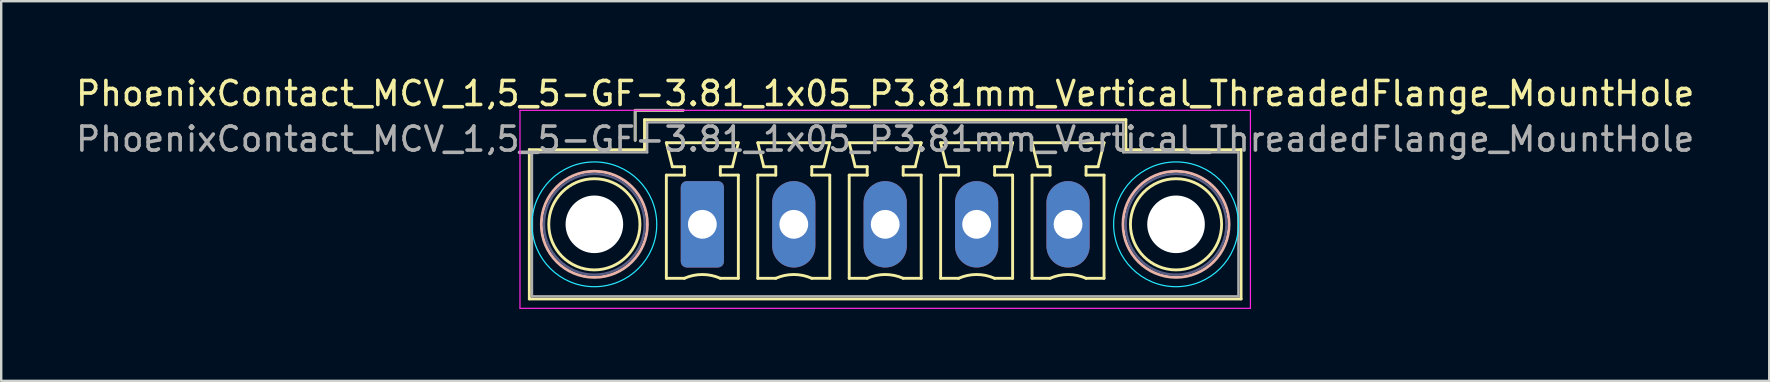
<source format=kicad_pcb>
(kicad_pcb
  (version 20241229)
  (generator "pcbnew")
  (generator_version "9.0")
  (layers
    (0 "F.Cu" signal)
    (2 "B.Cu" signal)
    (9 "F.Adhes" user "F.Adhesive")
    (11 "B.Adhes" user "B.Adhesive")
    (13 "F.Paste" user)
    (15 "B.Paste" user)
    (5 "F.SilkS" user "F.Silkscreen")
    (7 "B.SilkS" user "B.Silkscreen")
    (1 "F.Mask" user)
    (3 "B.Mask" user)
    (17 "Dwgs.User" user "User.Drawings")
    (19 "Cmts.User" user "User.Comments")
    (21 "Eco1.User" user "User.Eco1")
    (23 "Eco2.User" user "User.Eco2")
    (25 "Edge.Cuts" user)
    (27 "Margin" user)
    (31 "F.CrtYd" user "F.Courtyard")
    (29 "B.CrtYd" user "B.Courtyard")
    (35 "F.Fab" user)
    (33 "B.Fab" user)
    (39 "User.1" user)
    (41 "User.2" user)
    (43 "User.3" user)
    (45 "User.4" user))
  (footprint "PhoenixContact_MCV_1,5_5-GF-3.81_1x05_P3.81mm_Vertical_ThreadedFlange_MountHole"
    (layer "F.Cu")
    (at 26.219 6.298)
    (property "Reference" "PhoenixContact_MCV_1,5_5-GF-3.81_1x05_P3.81mm_Vertical_ThreadedFlange_MountHole" (at 7.62 -5.45 0) (layer "F.SilkS") (effects (font (size 1 1) (thickness 0.15))))
    (attr through_hole)
    (fp_line (start -7.21 -3.11) (end -7.21 3.11) (stroke (width 0.12) (type solid)) (layer "F.SilkS"))
    (fp_line (start -7.21 3.11) (end 22.45 3.11) (stroke (width 0.12) (type solid)) (layer "F.SilkS"))
    (fp_line (start -2.8 -4.75) (end -0.8 -4.75) (stroke (width 0.12) (type solid)) (layer "F.SilkS"))
    (fp_line (start -2.8 -3.5) (end -2.8 -4.75) (stroke (width 0.12) (type solid)) (layer "F.SilkS"))
    (fp_line (start -2.41 -4.36) (end -2.41 -3.11) (stroke (width 0.12) (type solid)) (layer "F.SilkS"))
    (fp_line (start -2.41 -3.11) (end -7.21 -3.11) (stroke (width 0.12) (type solid)) (layer "F.SilkS"))
    (fp_line (start -1.5 -3.4) (end 1.5 -3.4) (stroke (width 0.12) (type solid)) (layer "F.SilkS"))
    (fp_line (start -1.5 -2.05) (end -0.75 -2.05) (stroke (width 0.12) (type solid)) (layer "F.SilkS"))
    (fp_line (start -1.5 2.25) (end -1.5 -2.05) (stroke (width 0.12) (type solid)) (layer "F.SilkS"))
    (fp_line (start -1.25 -2.4) (end -1.5 -3.4) (stroke (width 0.12) (type solid)) (layer "F.SilkS"))
    (fp_line (start -0.75 -2.4) (end -1.25 -2.4) (stroke (width 0.12) (type solid)) (layer "F.SilkS"))
    (fp_line (start -0.75 -2.05) (end -0.75 -2.4) (stroke (width 0.12) (type solid)) (layer "F.SilkS"))
    (fp_line (start -0.75 2.25) (end -1.5 2.25) (stroke (width 0.12) (type solid)) (layer "F.SilkS"))
    (fp_line (start 0.75 -2.4) (end 0.75 -2.05) (stroke (width 0.12) (type solid)) (layer "F.SilkS"))
    (fp_line (start 0.75 -2.05) (end 1.5 -2.05) (stroke (width 0.12) (type solid)) (layer "F.SilkS"))
    (fp_line (start 1.25 -2.4) (end 0.75 -2.4) (stroke (width 0.12) (type solid)) (layer "F.SilkS"))
    (fp_line (start 1.5 -3.4) (end 1.25 -2.4) (stroke (width 0.12) (type solid)) (layer "F.SilkS"))
    (fp_line (start 1.5 -2.05) (end 1.5 2.25) (stroke (width 0.12) (type solid)) (layer "F.SilkS"))
    (fp_line (start 1.5 2.25) (end 0.75 2.25) (stroke (width 0.12) (type solid)) (layer "F.SilkS"))
    (fp_line (start 2.31 -3.4) (end 5.31 -3.4) (stroke (width 0.12) (type solid)) (layer "F.SilkS"))
    (fp_line (start 2.31 -2.05) (end 3.06 -2.05) (stroke (width 0.12) (type solid)) (layer "F.SilkS"))
    (fp_line (start 2.31 2.25) (end 2.31 -2.05) (stroke (width 0.12) (type solid)) (layer "F.SilkS"))
    (fp_line (start 2.56 -2.4) (end 2.31 -3.4) (stroke (width 0.12) (type solid)) (layer "F.SilkS"))
    (fp_line (start 3.06 -2.4) (end 2.56 -2.4) (stroke (width 0.12) (type solid)) (layer "F.SilkS"))
    (fp_line (start 3.06 -2.05) (end 3.06 -2.4) (stroke (width 0.12) (type solid)) (layer "F.SilkS"))
    (fp_line (start 3.06 2.25) (end 2.31 2.25) (stroke (width 0.12) (type solid)) (layer "F.SilkS"))
    (fp_line (start 4.56 -2.4) (end 4.56 -2.05) (stroke (width 0.12) (type solid)) (layer "F.SilkS"))
    (fp_line (start 4.56 -2.05) (end 5.31 -2.05) (stroke (width 0.12) (type solid)) (layer "F.SilkS"))
    (fp_line (start 5.06 -2.4) (end 4.56 -2.4) (stroke (width 0.12) (type solid)) (layer "F.SilkS"))
    (fp_line (start 5.31 -3.4) (end 5.06 -2.4) (stroke (width 0.12) (type solid)) (layer "F.SilkS"))
    (fp_line (start 5.31 -2.05) (end 5.31 2.25) (stroke (width 0.12) (type solid)) (layer "F.SilkS"))
    (fp_line (start 5.31 2.25) (end 4.56 2.25) (stroke (width 0.12) (type solid)) (layer "F.SilkS"))
    (fp_line (start 6.12 -3.4) (end 9.12 -3.4) (stroke (width 0.12) (type solid)) (layer "F.SilkS"))
    (fp_line (start 6.12 -2.05) (end 6.87 -2.05) (stroke (width 0.12) (type solid)) (layer "F.SilkS"))
    (fp_line (start 6.12 2.25) (end 6.12 -2.05) (stroke (width 0.12) (type solid)) (layer "F.SilkS"))
    (fp_line (start 6.37 -2.4) (end 6.12 -3.4) (stroke (width 0.12) (type solid)) (layer "F.SilkS"))
    (fp_line (start 6.87 -2.4) (end 6.37 -2.4) (stroke (width 0.12) (type solid)) (layer "F.SilkS"))
    (fp_line (start 6.87 -2.05) (end 6.87 -2.4) (stroke (width 0.12) (type solid)) (layer "F.SilkS"))
    (fp_line (start 6.87 2.25) (end 6.12 2.25) (stroke (width 0.12) (type solid)) (layer "F.SilkS"))
    (fp_line (start 8.37 -2.4) (end 8.37 -2.05) (stroke (width 0.12) (type solid)) (layer "F.SilkS"))
    (fp_line (start 8.37 -2.05) (end 9.12 -2.05) (stroke (width 0.12) (type solid)) (layer "F.SilkS"))
    (fp_line (start 8.87 -2.4) (end 8.37 -2.4) (stroke (width 0.12) (type solid)) (layer "F.SilkS"))
    (fp_line (start 9.12 -3.4) (end 8.87 -2.4) (stroke (width 0.12) (type solid)) (layer "F.SilkS"))
    (fp_line (start 9.12 -2.05) (end 9.12 2.25) (stroke (width 0.12) (type solid)) (layer "F.SilkS"))
    (fp_line (start 9.12 2.25) (end 8.37 2.25) (stroke (width 0.12) (type solid)) (layer "F.SilkS"))
    (fp_line (start 9.93 -3.4) (end 12.93 -3.4) (stroke (width 0.12) (type solid)) (layer "F.SilkS"))
    (fp_line (start 9.93 -2.05) (end 10.68 -2.05) (stroke (width 0.12) (type solid)) (layer "F.SilkS"))
    (fp_line (start 9.93 2.25) (end 9.93 -2.05) (stroke (width 0.12) (type solid)) (layer "F.SilkS"))
    (fp_line (start 10.18 -2.4) (end 9.93 -3.4) (stroke (width 0.12) (type solid)) (layer "F.SilkS"))
    (fp_line (start 10.68 -2.4) (end 10.18 -2.4) (stroke (width 0.12) (type solid)) (layer "F.SilkS"))
    (fp_line (start 10.68 -2.05) (end 10.68 -2.4) (stroke (width 0.12) (type solid)) (layer "F.SilkS"))
    (fp_line (start 10.68 2.25) (end 9.93 2.25) (stroke (width 0.12) (type solid)) (layer "F.SilkS"))
    (fp_line (start 12.18 -2.4) (end 12.18 -2.05) (stroke (width 0.12) (type solid)) (layer "F.SilkS"))
    (fp_line (start 12.18 -2.05) (end 12.93 -2.05) (stroke (width 0.12) (type solid)) (layer "F.SilkS"))
    (fp_line (start 12.68 -2.4) (end 12.18 -2.4) (stroke (width 0.12) (type solid)) (layer "F.SilkS"))
    (fp_line (start 12.93 -3.4) (end 12.68 -2.4) (stroke (width 0.12) (type solid)) (layer "F.SilkS"))
    (fp_line (start 12.93 -2.05) (end 12.93 2.25) (stroke (width 0.12) (type solid)) (layer "F.SilkS"))
    (fp_line (start 12.93 2.25) (end 12.18 2.25) (stroke (width 0.12) (type solid)) (layer "F.SilkS"))
    (fp_line (start 13.74 -3.4) (end 16.74 -3.4) (stroke (width 0.12) (type solid)) (layer "F.SilkS"))
    (fp_line (start 13.74 -2.05) (end 14.49 -2.05) (stroke (width 0.12) (type solid)) (layer "F.SilkS"))
    (fp_line (start 13.74 2.25) (end 13.74 -2.05) (stroke (width 0.12) (type solid)) (layer "F.SilkS"))
    (fp_line (start 13.99 -2.4) (end 13.74 -3.4) (stroke (width 0.12) (type solid)) (layer "F.SilkS"))
    (fp_line (start 14.49 -2.4) (end 13.99 -2.4) (stroke (width 0.12) (type solid)) (layer "F.SilkS"))
    (fp_line (start 14.49 -2.05) (end 14.49 -2.4) (stroke (width 0.12) (type solid)) (layer "F.SilkS"))
    (fp_line (start 14.49 2.25) (end 13.74 2.25) (stroke (width 0.12) (type solid)) (layer "F.SilkS"))
    (fp_line (start 15.99 -2.4) (end 15.99 -2.05) (stroke (width 0.12) (type solid)) (layer "F.SilkS"))
    (fp_line (start 15.99 -2.05) (end 16.74 -2.05) (stroke (width 0.12) (type solid)) (layer "F.SilkS"))
    (fp_line (start 16.49 -2.4) (end 15.99 -2.4) (stroke (width 0.12) (type solid)) (layer "F.SilkS"))
    (fp_line (start 16.74 -3.4) (end 16.49 -2.4) (stroke (width 0.12) (type solid)) (layer "F.SilkS"))
    (fp_line (start 16.74 -2.05) (end 16.74 2.25) (stroke (width 0.12) (type solid)) (layer "F.SilkS"))
    (fp_line (start 16.74 2.25) (end 15.99 2.25) (stroke (width 0.12) (type solid)) (layer "F.SilkS"))
    (fp_line (start 17.65 -4.36) (end -2.41 -4.36) (stroke (width 0.12) (type solid)) (layer "F.SilkS"))
    (fp_line (start 17.65 -3.11) (end 17.65 -4.36) (stroke (width 0.12) (type solid)) (layer "F.SilkS"))
    (fp_line (start 22.45 -3.11) (end 17.65 -3.11) (stroke (width 0.12) (type solid)) (layer "F.SilkS"))
    (fp_line (start 22.45 3.11) (end 22.45 -3.11) (stroke (width 0.12) (type solid)) (layer "F.SilkS"))
    (fp_arc (start -0.75 2.25) (mid -0.000193 2.09191) (end 0.749647 2.249844) (stroke (width 0.12) (type solid)) (layer "F.SilkS"))
    (fp_arc (start 3.06 2.25) (mid 3.809807 2.09191) (end 4.559647 2.249844) (stroke (width 0.12) (type solid)) (layer "F.SilkS"))
    (fp_arc (start 6.87 2.25) (mid 7.619807 2.09191) (end 8.369647 2.249844) (stroke (width 0.12) (type solid)) (layer "F.SilkS"))
    (fp_arc (start 10.68 2.25) (mid 11.429807 2.09191) (end 12.179647 2.249844) (stroke (width 0.12) (type solid)) (layer "F.SilkS"))
    (fp_arc (start 14.49 2.25) (mid 15.239807 2.09191) (end 15.989647 2.249844) (stroke (width 0.12) (type solid)) (layer "F.SilkS"))
    (fp_circle (center -4.5 0) (end -2.6 0) (stroke (width 0.12) (type solid)) (fill no) (layer "F.SilkS"))
    (fp_circle (center 19.74 0) (end 21.64 0) (stroke (width 0.12) (type solid)) (fill no) (layer "F.SilkS"))
    (fp_circle (center -4.5 0) (end -2.29 0) (stroke (width 0.12) (type solid)) (fill no) (layer "B.SilkS"))
    (fp_circle (center 19.74 0) (end 21.95 0) (stroke (width 0.12) (type solid)) (fill no) (layer "B.SilkS"))
    (fp_circle (center -4.5 0) (end -1.9 0) (stroke (width 0.05) (type solid)) (fill no) (layer "B.CrtYd"))
    (fp_circle (center 19.74 0) (end 22.34 0) (stroke (width 0.05) (type solid)) (fill no) (layer "B.CrtYd"))
    (fp_line (start -7.6 -4.75) (end -7.6 3.5) (stroke (width 0.05) (type solid)) (layer "F.CrtYd"))
    (fp_line (start -7.6 3.5) (end 22.84 3.5) (stroke (width 0.05) (type solid)) (layer "F.CrtYd"))
    (fp_line (start 22.84 -4.75) (end -7.6 -4.75) (stroke (width 0.05) (type solid)) (layer "F.CrtYd"))
    (fp_line (start 22.84 3.5) (end 22.84 -4.75) (stroke (width 0.05) (type solid)) (layer "F.CrtYd"))
    (fp_circle (center -4.5 0) (end -2.4 0) (stroke (width 0.1) (type solid)) (fill no) (layer "B.Fab"))
    (fp_circle (center 19.74 0) (end 21.84 0) (stroke (width 0.1) (type solid)) (fill no) (layer "B.Fab"))
    (fp_line (start -7.1 -3) (end -7.1 3) (stroke (width 0.1) (type solid)) (layer "F.Fab"))
    (fp_line (start -7.1 3) (end 22.34 3) (stroke (width 0.1) (type solid)) (layer "F.Fab"))
    (fp_line (start -2.8 -4.75) (end -0.8 -4.75) (stroke (width 0.1) (type solid)) (layer "F.Fab"))
    (fp_line (start -2.8 -3.5) (end -2.8 -4.75) (stroke (width 0.1) (type solid)) (layer "F.Fab"))
    (fp_line (start -2.3 -4.25) (end -2.3 -3) (stroke (width 0.1) (type solid)) (layer "F.Fab"))
    (fp_line (start -2.3 -3) (end -7.1 -3) (stroke (width 0.1) (type solid)) (layer "F.Fab"))
    (fp_line (start 17.54 -4.25) (end -2.3 -4.25) (stroke (width 0.1) (type solid)) (layer "F.Fab"))
    (fp_line (start 17.54 -3) (end 17.54 -4.25) (stroke (width 0.1) (type solid)) (layer "F.Fab"))
    (fp_line (start 22.34 -3) (end 17.54 -3) (stroke (width 0.1) (type solid)) (layer "F.Fab"))
    (fp_line (start 22.34 3) (end 22.34 -3) (stroke (width 0.1) (type solid)) (layer "F.Fab"))
    (fp_text user "${REFERENCE}" (at 7.62 -3.55 0) (layer "F.Fab") (effects (font (size 1 1) (thickness 0.15))))
    (pad "" np_thru_hole circle (at -4.5 0) (size 2.4 2.4) (drill 2.4) (layers "*.Cu" "*.Mask"))
    (pad "" np_thru_hole circle (at 19.74 0) (size 2.4 2.4) (drill 2.4) (layers "*.Cu" "*.Mask"))
    (pad "1" thru_hole roundrect (at 0 0) (size 1.8 3.6) (drill 1.2) (layers "*.Cu" "*.Mask") (roundrect_rratio 0.139))
    (pad "2" thru_hole oval (at 3.81 0) (size 1.8 3.6) (drill 1.2) (layers "*.Cu" "*.Mask"))
    (pad "3" thru_hole oval (at 7.62 0) (size 1.8 3.6) (drill 1.2) (layers "*.Cu" "*.Mask"))
    (pad "4" thru_hole oval (at 11.43 0) (size 1.8 3.6) (drill 1.2) (layers "*.Cu" "*.Mask"))
    (pad "5" thru_hole oval (at 15.24 0) (size 1.8 3.6) (drill 1.2) (layers "*.Cu" "*.Mask")))
  (gr_rect
    (start -3 -3)
    (end 70.679 12.823)
    (stroke (width 0.1) (type default))
    (fill no)
    (layer "Edge.Cuts")))
</source>
